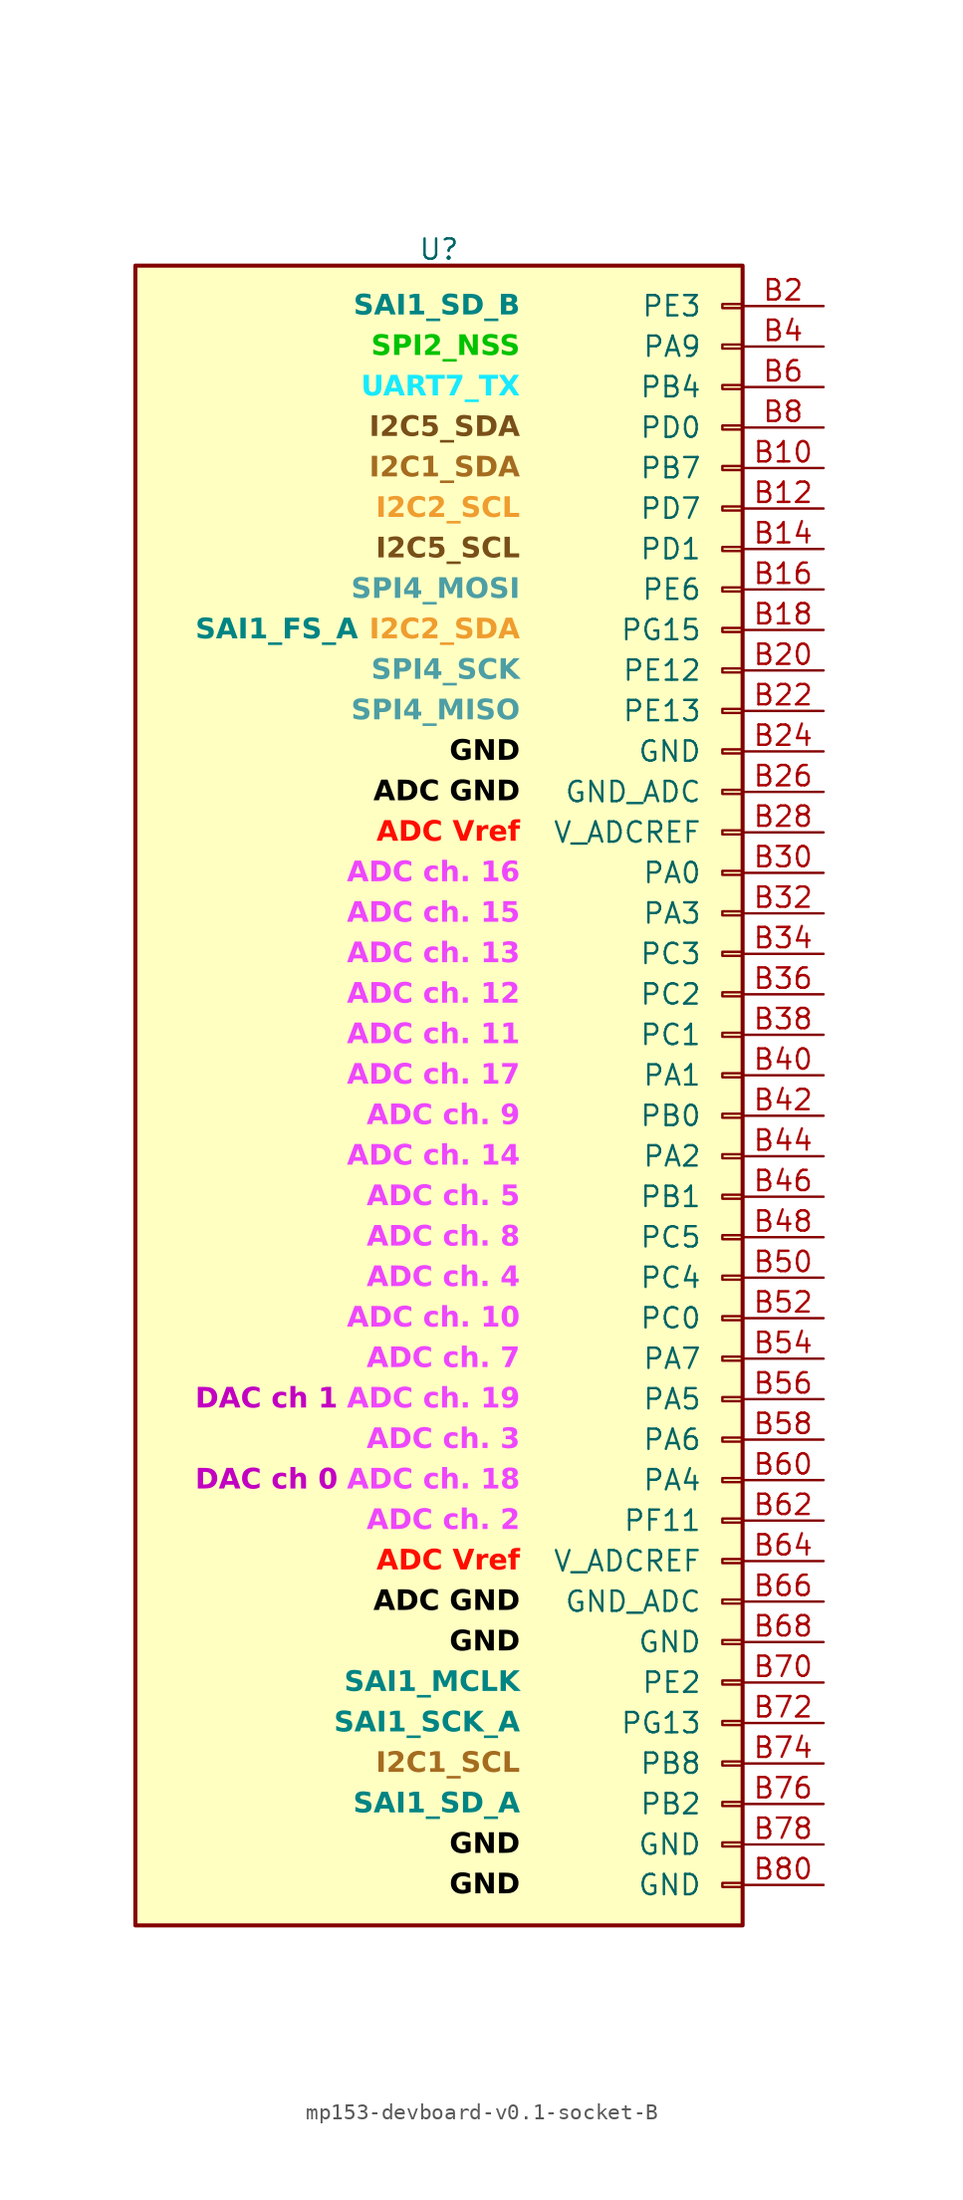
<source format=kicad_sym>
(kicad_symbol_lib
  (version 20241209)
  (generator "kicad_symbol_editor")
  (generator_version "9.0")
  (symbol "mp153-devboard-v0.1-socket-B"
    (pin_names
      (offset 2.54))
    (property "Reference" "U"
      (at 0 53.086 0)
      (effects (font (size 1.27 1.27))))
    (property "Value" ""
      (at 0 0 0)
      (effects (font (size 1.27 1.27))))
    (symbol "mp153-devboard-v0.1-socket-B_1_1"
      (rectangle (start -19.05 52.07) (end 19.05 -52.07) (stroke (width 0.254) (type default)) (fill (type background)))
      (rectangle (start 19.05 49.657) (end 17.78 49.403) (stroke (width 0.152) (type default)) (fill (type none)))
      (rectangle (start 19.05 47.117) (end 17.78 46.863) (stroke (width 0.152) (type default)) (fill (type none)))
      (rectangle (start 19.05 44.577) (end 17.78 44.323) (stroke (width 0.152) (type default)) (fill (type none)))
      (rectangle (start 19.05 42.037) (end 17.78 41.783) (stroke (width 0.152) (type default)) (fill (type none)))
      (rectangle (start 19.05 39.497) (end 17.78 39.243) (stroke (width 0.152) (type default)) (fill (type none)))
      (rectangle (start 19.05 36.957) (end 17.78 36.703) (stroke (width 0.152) (type default)) (fill (type none)))
      (rectangle (start 19.05 34.417) (end 17.78 34.163) (stroke (width 0.152) (type default)) (fill (type none)))
      (rectangle (start 19.05 31.877) (end 17.78 31.623) (stroke (width 0.152) (type default)) (fill (type none)))
      (rectangle (start 19.05 29.337) (end 17.78 29.083) (stroke (width 0.152) (type default)) (fill (type none)))
      (rectangle (start 19.05 26.797) (end 17.78 26.543) (stroke (width 0.152) (type default)) (fill (type none)))
      (rectangle (start 19.05 24.257) (end 17.78 24.003) (stroke (width 0.152) (type default)) (fill (type none)))
      (rectangle (start 19.05 21.717) (end 17.78 21.463) (stroke (width 0.152) (type default)) (fill (type none)))
      (rectangle (start 19.05 19.177) (end 17.78 18.923) (stroke (width 0.152) (type default)) (fill (type none)))
      (rectangle (start 19.05 16.637) (end 17.78 16.383) (stroke (width 0.152) (type default)) (fill (type none)))
      (rectangle (start 19.05 14.097) (end 17.78 13.843) (stroke (width 0.152) (type default)) (fill (type none)))
      (rectangle (start 19.05 11.557) (end 17.78 11.303) (stroke (width 0.152) (type default)) (fill (type none)))
      (rectangle (start 19.05 9.017) (end 17.78 8.763) (stroke (width 0.152) (type default)) (fill (type none)))
      (rectangle (start 19.05 6.477) (end 17.78 6.223) (stroke (width 0.152) (type default)) (fill (type none)))
      (rectangle (start 19.05 3.937) (end 17.78 3.683) (stroke (width 0.152) (type default)) (fill (type none)))
      (rectangle (start 19.05 1.397) (end 17.78 1.143) (stroke (width 0.152) (type default)) (fill (type none)))
      (rectangle (start 19.05 -1.143) (end 17.78 -1.397) (stroke (width 0.152) (type default)) (fill (type none)))
      (rectangle (start 19.05 -3.683) (end 17.78 -3.937) (stroke (width 0.152) (type default)) (fill (type none)))
      (rectangle (start 19.05 -6.223) (end 17.78 -6.477) (stroke (width 0.152) (type default)) (fill (type none)))
      (rectangle (start 19.05 -8.763) (end 17.78 -9.017) (stroke (width 0.152) (type default)) (fill (type none)))
      (rectangle (start 19.05 -11.303) (end 17.78 -11.557) (stroke (width 0.152) (type default)) (fill (type none)))
      (rectangle (start 19.05 -13.843) (end 17.78 -14.097) (stroke (width 0.152) (type default)) (fill (type none)))
      (rectangle (start 19.05 -16.383) (end 17.78 -16.637) (stroke (width 0.152) (type default)) (fill (type none)))
      (rectangle (start 19.05 -18.923) (end 17.78 -19.177) (stroke (width 0.152) (type default)) (fill (type none)))
      (rectangle (start 19.05 -21.463) (end 17.78 -21.717) (stroke (width 0.152) (type default)) (fill (type none)))
      (rectangle (start 19.05 -24.003) (end 17.78 -24.257) (stroke (width 0.152) (type default)) (fill (type none)))
      (rectangle (start 19.05 -26.543) (end 17.78 -26.797) (stroke (width 0.152) (type default)) (fill (type none)))
      (rectangle (start 19.05 -29.083) (end 17.78 -29.337) (stroke (width 0.152) (type default)) (fill (type none)))
      (rectangle (start 19.05 -31.623) (end 17.78 -31.877) (stroke (width 0.152) (type default)) (fill (type none)))
      (rectangle (start 19.05 -34.163) (end 17.78 -34.417) (stroke (width 0.152) (type default)) (fill (type none)))
      (rectangle (start 19.05 -36.703) (end 17.78 -36.957) (stroke (width 0.152) (type default)) (fill (type none)))
      (rectangle (start 19.05 -39.243) (end 17.78 -39.497) (stroke (width 0.152) (type default)) (fill (type none)))
      (rectangle (start 19.05 -41.783) (end 17.78 -42.037) (stroke (width 0.152) (type default)) (fill (type none)))
      (rectangle (start 19.05 -44.323) (end 17.78 -44.577) (stroke (width 0.152) (type default)) (fill (type none)))
      (rectangle (start 19.05 -46.863) (end 17.78 -47.117) (stroke (width 0.152) (type default)) (fill (type none)))
      (rectangle (start 19.05 -49.403) (end 17.78 -49.657) (stroke (width 0.152) (type default)) (fill (type none)))
      (text "DAC ch 1" (at -6.35 -19.05 0) (effects (font (face "Arial") (size 1.27 1.27) (bold yes) (color 194 0 194 1)) (justify right)))
      (text "DAC ch 0" (at -6.35 -24.13 0) (effects (font (face "Arial") (size 1.27 1.27) (bold yes) (color 194 0 194 1)) (justify right)))
      (text "SAI1_FS_A" (at -5.08 29.21 0) (effects (font (face "Arial") (size 1.27 1.27) (bold yes) (color 0 132 132 1)) (justify right)))
      (text "SAI1_SD_B" (at 5.08 49.53 0) (effects (font (face "Arial") (size 1.27 1.27) (bold yes) (color 0 132 132 1)) (justify right)))
      (text "SPI2_NSS" (at 5.08 46.99 0) (effects (font (face "Arial") (size 1.27 1.27) (bold yes) (color 0 194 0 1)) (justify right)))
      (text "UART7_TX" (at 5.08 44.45 0) (effects (font (face "Arial") (size 1.27 1.27) (bold yes) (color 23 234 255 1)) (justify right)))
      (text "I2C5_SDA" (at 5.08 41.91 0) (effects (font (face "Arial") (size 1.27 1.27) (bold yes) (color 121 79 24 1)) (justify right)))
      (text "I2C1_SDA" (at 5.08 39.37 0) (effects (font (face "Arial") (size 1.27 1.27) (bold yes) (color 165 108 32 1)) (justify right)))
      (text "I2C2_SCL" (at 5.08 36.83 0) (effects (font (face "Arial") (size 1.27 1.27) (bold yes) (color 239 157 47 1)) (justify right)))
      (text "I2C5_SCL" (at 5.08 34.29 0) (effects (font (face "Arial") (size 1.27 1.27) (bold yes) (color 121 79 24 1)) (justify right)))
      (text "SPI4_MOSI" (at 5.08 31.75 0) (effects (font (face "Arial") (size 1.27 1.27) (bold yes) (color 77 158 165 1)) (justify right)))
      (text "I2C2_SDA" (at 5.08 29.21 0) (effects (font (face "Arial") (size 1.27 1.27) (bold yes) (color 239 157 47 1)) (justify right)))
      (text "SPI4_SCK" (at 5.08 26.67 0) (effects (font (face "Arial") (size 1.27 1.27) (bold yes) (color 77 158 165 1)) (justify right)))
      (text "SPI4_MISO" (at 5.08 24.13 0) (effects (font (face "Arial") (size 1.27 1.27) (bold yes) (color 77 158 165 1)) (justify right)))
      (text "GND" (at 5.08 21.59 0) (effects (font (face "Arial") (size 1.27 1.27) (bold yes) (color 0 0 0 1)) (justify right)))
      (text "ADC GND" (at 5.08 19.05 0) (effects (font (face "Arial") (size 1.27 1.27) (bold yes) (color 0 0 0 1)) (justify right)))
      (text "ADC Vref" (at 5.08 16.51 0) (effects (font (face "Arial") (size 1.27 1.27) (bold yes) (color 255 13 0 1)) (justify right)))
      (text "ADC ch. 16" (at 5.08 13.97 0) (effects (font (face "Arial") (size 1.27 1.27) (bold yes) (color 238 71 255 1)) (justify right)))
      (text "ADC ch. 15" (at 5.08 11.43 0) (effects (font (face "Arial") (size 1.27 1.27) (bold yes) (color 238 71 255 1)) (justify right)))
      (text "ADC ch. 13" (at 5.08 8.89 0) (effects (font (face "Arial") (size 1.27 1.27) (bold yes) (color 238 71 255 1)) (justify right)))
      (text "ADC ch. 12" (at 5.08 6.35 0) (effects (font (face "Arial") (size 1.27 1.27) (bold yes) (color 238 71 255 1)) (justify right)))
      (text "ADC ch. 11" (at 5.08 3.81 0) (effects (font (face "Arial") (size 1.27 1.27) (bold yes) (color 238 71 255 1)) (justify right)))
      (text "ADC ch. 17" (at 5.08 1.27 0) (effects (font (face "Arial") (size 1.27 1.27) (bold yes) (color 238 71 255 1)) (justify right)))
      (text "ADC ch. 9" (at 5.08 -1.27 0) (effects (font (face "Arial") (size 1.27 1.27) (bold yes) (color 238 71 255 1)) (justify right)))
      (text "ADC ch. 14" (at 5.08 -3.81 0) (effects (font (face "Arial") (size 1.27 1.27) (bold yes) (color 238 71 255 1)) (justify right)))
      (text "ADC ch. 5" (at 5.08 -6.35 0) (effects (font (face "Arial") (size 1.27 1.27) (bold yes) (color 238 71 255 1)) (justify right)))
      (text "ADC ch. 8" (at 5.08 -8.89 0) (effects (font (face "Arial") (size 1.27 1.27) (bold yes) (color 238 71 255 1)) (justify right)))
      (text "ADC ch. 4" (at 5.08 -11.43 0) (effects (font (face "Arial") (size 1.27 1.27) (bold yes) (color 238 71 255 1)) (justify right)))
      (text "ADC ch. 10" (at 5.08 -13.97 0) (effects (font (face "Arial") (size 1.27 1.27) (bold yes) (color 238 71 255 1)) (justify right)))
      (text "ADC ch. 7" (at 5.08 -16.51 0) (effects (font (face "Arial") (size 1.27 1.27) (bold yes) (color 238 71 255 1)) (justify right)))
      (text "ADC ch. 19" (at 5.08 -19.05 0) (effects (font (face "Arial") (size 1.27 1.27) (bold yes) (color 238 71 255 1)) (justify right)))
      (text "ADC ch. 3" (at 5.08 -21.59 0) (effects (font (face "Arial") (size 1.27 1.27) (bold yes) (color 238 71 255 1)) (justify right)))
      (text "ADC ch. 18" (at 5.08 -24.13 0) (effects (font (face "Arial") (size 1.27 1.27) (bold yes) (color 238 71 255 1)) (justify right)))
      (text "ADC ch. 2" (at 5.08 -26.67 0) (effects (font (face "Arial") (size 1.27 1.27) (bold yes) (color 238 71 255 1)) (justify right)))
      (text "ADC Vref" (at 5.08 -29.21 0) (effects (font (face "Arial") (size 1.27 1.27) (bold yes) (color 255 13 0 1)) (justify right)))
      (text "ADC GND" (at 5.08 -31.75 0) (effects (font (face "Arial") (size 1.27 1.27) (bold yes) (color 0 0 0 1)) (justify right)))
      (text "GND" (at 5.08 -34.29 0) (effects (font (face "Arial") (size 1.27 1.27) (bold yes) (color 0 0 0 1)) (justify right)))
      (text "SAI1_MCLK" (at 5.08 -36.83 0) (effects (font (face "Arial") (size 1.27 1.27) (bold yes) (color 0 132 132 1)) (justify right)))
      (text "SAI1_SCK_A" (at 5.08 -39.37 0) (effects (font (face "Arial") (size 1.27 1.27) (bold yes) (color 0 132 132 1)) (justify right)))
      (text "I2C1_SCL" (at 5.08 -41.91 0) (effects (font (face "Arial") (size 1.27 1.27) (bold yes) (color 165 108 32 1)) (justify right)))
      (text "SAI1_SD_A" (at 5.08 -44.45 0) (effects (font (face "Arial") (size 1.27 1.27) (bold yes) (color 0 132 132 1)) (justify right)))
      (text "GND" (at 5.08 -46.99 0) (effects (font (face "Arial") (size 1.27 1.27) (bold yes) (color 0 0 0 1)) (justify right)))
      (text "GND" (at 5.08 -49.53 0) (effects (font (face "Arial") (size 1.27 1.27) (bold yes) (color 0 0 0 1)) (justify right)))
      (pin passive line (at 24.13 49.53 180) (length 5.08) (name "PE3" (effects (font (size 1.27 1.27)))) (number "B2" (effects (font (size 1.27 1.27)))))
      (pin passive line (at 24.13 46.99 180) (length 5.08) (name "PA9" (effects (font (size 1.27 1.27)))) (number "B4" (effects (font (size 1.27 1.27)))))
      (pin passive line (at 24.13 44.45 180) (length 5.08) (name "PB4" (effects (font (size 1.27 1.27)))) (number "B6" (effects (font (size 1.27 1.27)))))
      (pin passive line (at 24.13 41.91 180) (length 5.08) (name "PD0" (effects (font (size 1.27 1.27)))) (number "B8" (effects (font (size 1.27 1.27)))))
      (pin passive line (at 24.13 39.37 180) (length 5.08) (name "PB7" (effects (font (size 1.27 1.27)))) (number "B10" (effects (font (size 1.27 1.27)))))
      (pin passive line (at 24.13 36.83 180) (length 5.08) (name "PD7" (effects (font (size 1.27 1.27)))) (number "B12" (effects (font (size 1.27 1.27)))))
      (pin passive line (at 24.13 34.29 180) (length 5.08) (name "PD1" (effects (font (size 1.27 1.27)))) (number "B14" (effects (font (size 1.27 1.27)))))
      (pin passive line (at 24.13 31.75 180) (length 5.08) (name "PE6" (effects (font (size 1.27 1.27)))) (number "B16" (effects (font (size 1.27 1.27)))))
      (pin passive line (at 24.13 29.21 180) (length 5.08) (name "PG15" (effects (font (size 1.27 1.27)))) (number "B18" (effects (font (size 1.27 1.27)))))
      (pin passive line (at 24.13 26.67 180) (length 5.08) (name "PE12" (effects (font (size 1.27 1.27)))) (number "B20" (effects (font (size 1.27 1.27)))))
      (pin passive line (at 24.13 24.13 180) (length 5.08) (name "PE13" (effects (font (size 1.27 1.27)))) (number "B22" (effects (font (size 1.27 1.27)))))
      (pin passive line (at 24.13 21.59 180) (length 5.08) (name "GND" (effects (font (size 1.27 1.27)))) (number "B24" (effects (font (size 1.27 1.27)))))
      (pin passive line (at 24.13 19.05 180) (length 5.08) (name "GND_ADC" (effects (font (size 1.27 1.27)))) (number "B26" (effects (font (size 1.27 1.27)))))
      (pin passive line (at 24.13 16.51 180) (length 5.08) (name "V_ADCREF" (effects (font (size 1.27 1.27)))) (number "B28" (effects (font (size 1.27 1.27)))))
      (pin passive line (at 24.13 13.97 180) (length 5.08) (name "PA0" (effects (font (size 1.27 1.27)))) (number "B30" (effects (font (size 1.27 1.27)))))
      (pin passive line (at 24.13 11.43 180) (length 5.08) (name "PA3" (effects (font (size 1.27 1.27)))) (number "B32" (effects (font (size 1.27 1.27)))))
      (pin passive line (at 24.13 8.89 180) (length 5.08) (name "PC3" (effects (font (size 1.27 1.27)))) (number "B34" (effects (font (size 1.27 1.27)))))
      (pin passive line (at 24.13 6.35 180) (length 5.08) (name "PC2" (effects (font (size 1.27 1.27)))) (number "B36" (effects (font (size 1.27 1.27)))))
      (pin passive line (at 24.13 3.81 180) (length 5.08) (name "PC1" (effects (font (size 1.27 1.27)))) (number "B38" (effects (font (size 1.27 1.27)))))
      (pin passive line (at 24.13 1.27 180) (length 5.08) (name "PA1" (effects (font (size 1.27 1.27)))) (number "B40" (effects (font (size 1.27 1.27)))))
      (pin passive line (at 24.13 -1.27 180) (length 5.08) (name "PB0" (effects (font (size 1.27 1.27)))) (number "B42" (effects (font (size 1.27 1.27)))))
      (pin passive line (at 24.13 -3.81 180) (length 5.08) (name "PA2" (effects (font (size 1.27 1.27)))) (number "B44" (effects (font (size 1.27 1.27)))))
      (pin passive line (at 24.13 -6.35 180) (length 5.08) (name "PB1" (effects (font (size 1.27 1.27)))) (number "B46" (effects (font (size 1.27 1.27)))))
      (pin passive line (at 24.13 -8.89 180) (length 5.08) (name "PC5" (effects (font (size 1.27 1.27)))) (number "B48" (effects (font (size 1.27 1.27)))))
      (pin passive line (at 24.13 -11.43 180) (length 5.08) (name "PC4" (effects (font (size 1.27 1.27)))) (number "B50" (effects (font (size 1.27 1.27)))))
      (pin passive line (at 24.13 -13.97 180) (length 5.08) (name "PC0" (effects (font (size 1.27 1.27)))) (number "B52" (effects (font (size 1.27 1.27)))))
      (pin passive line (at 24.13 -16.51 180) (length 5.08) (name "PA7" (effects (font (size 1.27 1.27)))) (number "B54" (effects (font (size 1.27 1.27)))))
      (pin passive line (at 24.13 -19.05 180) (length 5.08) (name "PA5" (effects (font (size 1.27 1.27)))) (number "B56" (effects (font (size 1.27 1.27)))))
      (pin passive line (at 24.13 -21.59 180) (length 5.08) (name "PA6" (effects (font (size 1.27 1.27)))) (number "B58" (effects (font (size 1.27 1.27)))))
      (pin passive line (at 24.13 -24.13 180) (length 5.08) (name "PA4" (effects (font (size 1.27 1.27)))) (number "B60" (effects (font (size 1.27 1.27)))))
      (pin passive line (at 24.13 -26.67 180) (length 5.08) (name "PF11" (effects (font (size 1.27 1.27)))) (number "B62" (effects (font (size 1.27 1.27)))))
      (pin passive line (at 24.13 -29.21 180) (length 5.08) (name "V_ADCREF" (effects (font (size 1.27 1.27)))) (number "B64" (effects (font (size 1.27 1.27)))))
      (pin passive line (at 24.13 -31.75 180) (length 5.08) (name "GND_ADC" (effects (font (size 1.27 1.27)))) (number "B66" (effects (font (size 1.27 1.27)))))
      (pin passive line (at 24.13 -34.29 180) (length 5.08) (name "GND" (effects (font (size 1.27 1.27)))) (number "B68" (effects (font (size 1.27 1.27)))))
      (pin passive line (at 24.13 -36.83 180) (length 5.08) (name "PE2" (effects (font (size 1.27 1.27)))) (number "B70" (effects (font (size 1.27 1.27)))))
      (pin passive line (at 24.13 -39.37 180) (length 5.08) (name "PG13" (effects (font (size 1.27 1.27)))) (number "B72" (effects (font (size 1.27 1.27)))))
      (pin passive line (at 24.13 -41.91 180) (length 5.08) (name "PB8" (effects (font (size 1.27 1.27)))) (number "B74" (effects (font (size 1.27 1.27)))))
      (pin passive line (at 24.13 -44.45 180) (length 5.08) (name "PB2" (effects (font (size 1.27 1.27)))) (number "B76" (effects (font (size 1.27 1.27)))))
      (pin passive line (at 24.13 -46.99 180) (length 5.08) (name "GND" (effects (font (size 1.27 1.27)))) (number "B78" (effects (font (size 1.27 1.27)))))
      (pin passive line (at 24.13 -49.53 180) (length 5.08) (name "GND" (effects (font (size 1.27 1.27)))) (number "B80" (effects (font (size 1.27 1.27))))))))
</source>
